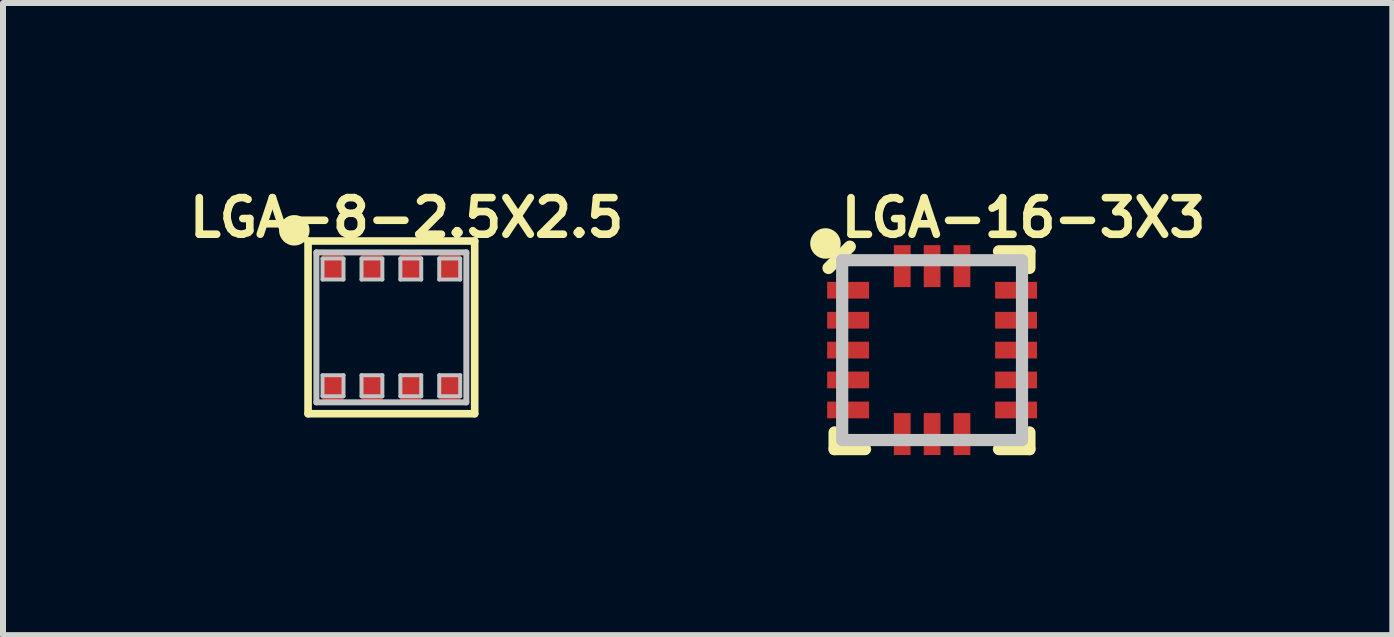
<source format=kicad_pcb>
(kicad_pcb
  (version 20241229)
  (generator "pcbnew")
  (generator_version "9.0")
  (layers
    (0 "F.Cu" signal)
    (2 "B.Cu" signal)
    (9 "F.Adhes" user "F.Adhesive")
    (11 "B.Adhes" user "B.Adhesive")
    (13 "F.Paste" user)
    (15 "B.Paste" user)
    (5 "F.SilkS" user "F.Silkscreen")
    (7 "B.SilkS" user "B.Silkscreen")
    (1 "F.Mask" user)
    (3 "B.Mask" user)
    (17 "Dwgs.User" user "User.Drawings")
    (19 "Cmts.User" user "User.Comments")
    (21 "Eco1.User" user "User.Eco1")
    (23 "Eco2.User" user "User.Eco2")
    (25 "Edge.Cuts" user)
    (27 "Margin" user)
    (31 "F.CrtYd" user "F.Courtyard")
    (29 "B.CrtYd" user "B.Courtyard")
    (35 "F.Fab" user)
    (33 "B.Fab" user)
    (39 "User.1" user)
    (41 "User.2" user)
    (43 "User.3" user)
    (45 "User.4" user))
  (footprint "LGA-8-2.5X2.5"
    (layer "F.Cu")
    (at 3.475 2.408)
    (property "Reference" "LGA-8-2.5X2.5" (at 0.254 -1.829 0) (layer "F.SilkS") (effects (font (size 0.61 0.61) (thickness 0.127))))
    (attr smd)
    (fp_line (start -1.389 -1.44) (end 1.389 -1.44) (stroke (width 0.127) (type solid)) (layer "F.SilkS"))
    (fp_line (start -1.389 1.44) (end -1.389 -1.44) (stroke (width 0.127) (type solid)) (layer "F.SilkS"))
    (fp_line (start 1.389 -1.44) (end 1.389 1.44) (stroke (width 0.127) (type solid)) (layer "F.SilkS"))
    (fp_line (start 1.389 1.44) (end -1.389 1.44) (stroke (width 0.127) (type solid)) (layer "F.SilkS"))
    (fp_circle (center -1.618 -1.618) (end -1.618 -1.872) (stroke (width 0) (type solid)) (fill yes) (layer "F.SilkS"))
    (fp_line (start -1.25 -1.25) (end -1.25 1.25) (stroke (width 0.1) (type solid)) (layer "Dwgs.User"))
    (fp_line (start -1.25 1.25) (end 1.25 1.25) (stroke (width 0.1) (type solid)) (layer "Dwgs.User"))
    (fp_line (start -1.148 -1.148) (end -0.798 -1.148) (stroke (width 0.066) (type solid)) (layer "Dwgs.User"))
    (fp_line (start -1.148 -0.798) (end -1.148 -1.148) (stroke (width 0.066) (type solid)) (layer "Dwgs.User"))
    (fp_line (start -1.148 -0.798) (end -0.798 -0.798) (stroke (width 0.066) (type solid)) (layer "Dwgs.User"))
    (fp_line (start -1.148 0.798) (end -0.798 0.798) (stroke (width 0.066) (type solid)) (layer "Dwgs.User"))
    (fp_line (start -1.148 1.148) (end -1.148 0.798) (stroke (width 0.066) (type solid)) (layer "Dwgs.User"))
    (fp_line (start -1.148 1.148) (end -0.798 1.148) (stroke (width 0.066) (type solid)) (layer "Dwgs.User"))
    (fp_line (start -0.798 -0.798) (end -0.798 -1.148) (stroke (width 0.066) (type solid)) (layer "Dwgs.User"))
    (fp_line (start -0.798 1.148) (end -0.798 0.798) (stroke (width 0.066) (type solid)) (layer "Dwgs.User"))
    (fp_line (start -0.498 -1.148) (end -0.15 -1.148) (stroke (width 0.066) (type solid)) (layer "Dwgs.User"))
    (fp_line (start -0.498 -0.798) (end -0.498 -1.148) (stroke (width 0.066) (type solid)) (layer "Dwgs.User"))
    (fp_line (start -0.498 -0.798) (end -0.15 -0.798) (stroke (width 0.066) (type solid)) (layer "Dwgs.User"))
    (fp_line (start -0.498 0.798) (end -0.15 0.798) (stroke (width 0.066) (type solid)) (layer "Dwgs.User"))
    (fp_line (start -0.498 1.148) (end -0.498 0.798) (stroke (width 0.066) (type solid)) (layer "Dwgs.User"))
    (fp_line (start -0.498 1.148) (end -0.15 1.148) (stroke (width 0.066) (type solid)) (layer "Dwgs.User"))
    (fp_line (start -0.15 -0.798) (end -0.15 -1.148) (stroke (width 0.066) (type solid)) (layer "Dwgs.User"))
    (fp_line (start -0.15 1.148) (end -0.15 0.798) (stroke (width 0.066) (type solid)) (layer "Dwgs.User"))
    (fp_line (start 0.15 -1.148) (end 0.498 -1.148) (stroke (width 0.066) (type solid)) (layer "Dwgs.User"))
    (fp_line (start 0.15 -0.798) (end 0.15 -1.148) (stroke (width 0.066) (type solid)) (layer "Dwgs.User"))
    (fp_line (start 0.15 -0.798) (end 0.498 -0.798) (stroke (width 0.066) (type solid)) (layer "Dwgs.User"))
    (fp_line (start 0.15 0.798) (end 0.498 0.798) (stroke (width 0.066) (type solid)) (layer "Dwgs.User"))
    (fp_line (start 0.15 1.148) (end 0.15 0.798) (stroke (width 0.066) (type solid)) (layer "Dwgs.User"))
    (fp_line (start 0.15 1.148) (end 0.498 1.148) (stroke (width 0.066) (type solid)) (layer "Dwgs.User"))
    (fp_line (start 0.498 -0.798) (end 0.498 -1.148) (stroke (width 0.066) (type solid)) (layer "Dwgs.User"))
    (fp_line (start 0.498 1.148) (end 0.498 0.798) (stroke (width 0.066) (type solid)) (layer "Dwgs.User"))
    (fp_line (start 0.798 -1.148) (end 1.148 -1.148) (stroke (width 0.066) (type solid)) (layer "Dwgs.User"))
    (fp_line (start 0.798 -0.798) (end 0.798 -1.148) (stroke (width 0.066) (type solid)) (layer "Dwgs.User"))
    (fp_line (start 0.798 -0.798) (end 1.148 -0.798) (stroke (width 0.066) (type solid)) (layer "Dwgs.User"))
    (fp_line (start 0.798 0.798) (end 1.148 0.798) (stroke (width 0.066) (type solid)) (layer "Dwgs.User"))
    (fp_line (start 0.798 1.148) (end 0.798 0.798) (stroke (width 0.066) (type solid)) (layer "Dwgs.User"))
    (fp_line (start 0.798 1.148) (end 1.148 1.148) (stroke (width 0.066) (type solid)) (layer "Dwgs.User"))
    (fp_line (start 1.148 -0.798) (end 1.148 -1.148) (stroke (width 0.066) (type solid)) (layer "Dwgs.User"))
    (fp_line (start 1.148 1.148) (end 1.148 0.798) (stroke (width 0.066) (type solid)) (layer "Dwgs.User"))
    (fp_line (start 1.25 -1.25) (end -1.25 -1.25) (stroke (width 0.1) (type solid)) (layer "Dwgs.User"))
    (fp_line (start 1.25 1.25) (end 1.25 -1.25) (stroke (width 0.1) (type solid)) (layer "Dwgs.User"))
    (pad "1" smd rect (at -0.973 -1.024 90) (size 0.498 0.348) (layers "F.Cu" "F.Mask" "F.Paste"))
    (pad "2" smd rect (at -0.323 -1.024 90) (size 0.498 0.348) (layers "F.Cu" "F.Mask" "F.Paste"))
    (pad "3" smd rect (at 0.323 -1.024 90) (size 0.498 0.348) (layers "F.Cu" "F.Mask" "F.Paste"))
    (pad "4" smd rect (at 0.973 -1.024 90) (size 0.498 0.348) (layers "F.Cu" "F.Mask" "F.Paste"))
    (pad "5" smd rect (at 0.973 1.024 90) (size 0.498 0.348) (layers "F.Cu" "F.Mask" "F.Paste"))
    (pad "6" smd rect (at 0.323 1.024 90) (size 0.498 0.348) (layers "F.Cu" "F.Mask" "F.Paste"))
    (pad "7" smd rect (at -0.323 1.024 90) (size 0.498 0.348) (layers "F.Cu" "F.Mask" "F.Paste"))
    (pad "8" smd rect (at -0.973 1.024 90) (size 0.498 0.348) (layers "F.Cu" "F.Mask" "F.Paste")))
  (footprint "LGA-16-3X3"
    (layer "F.Cu")
    (at 12.49 2.787)
    (property "Reference" "LGA-16-3X3" (at 1.524 -2.207 0) (layer "F.SilkS") (effects (font (size 0.61 0.61) (thickness 0.127))))
    (attr smd)
    (fp_line (start -1.727 -1.369) (end -1.372 -1.725) (stroke (width 0.203) (type solid)) (layer "F.SilkS"))
    (fp_line (start -1.626 1.372) (end -1.626 1.651) (stroke (width 0.203) (type solid)) (layer "F.SilkS"))
    (fp_line (start -1.626 1.651) (end -1.118 1.651) (stroke (width 0.203) (type solid)) (layer "F.SilkS"))
    (fp_line (start 1.115 -1.648) (end 1.623 -1.648) (stroke (width 0.203) (type solid)) (layer "F.SilkS"))
    (fp_line (start 1.115 1.651) (end 1.623 1.651) (stroke (width 0.203) (type solid)) (layer "F.SilkS"))
    (fp_line (start 1.623 -1.648) (end 1.623 -1.369) (stroke (width 0.203) (type solid)) (layer "F.SilkS"))
    (fp_line (start 1.623 1.372) (end 1.623 1.651) (stroke (width 0.203) (type solid)) (layer "F.SilkS"))
    (fp_circle (center -1.778 -1.778) (end -1.778 -2.032) (stroke (width 0) (type solid)) (fill yes) (layer "F.SilkS"))
    (fp_line (start -1.499 -1.499) (end 1.499 -1.499) (stroke (width 0.203) (type solid)) (layer "Dwgs.User"))
    (fp_line (start -1.499 1.499) (end -1.499 -1.499) (stroke (width 0.203) (type solid)) (layer "Dwgs.User"))
    (fp_line (start 1.499 -1.499) (end 1.499 1.499) (stroke (width 0.203) (type solid)) (layer "Dwgs.User"))
    (fp_line (start 1.499 1.499) (end -1.499 1.499) (stroke (width 0.203) (type solid)) (layer "Dwgs.User"))
    (pad "1" smd rect (at -1.4 -0.998 180) (size 0.699 0.279) (layers "F.Cu" "F.Mask" "F.Paste"))
    (pad "2" smd rect (at -1.4 -0.498) (size 0.699 0.279) (layers "F.Cu" "F.Mask" "F.Paste"))
    (pad "3" smd rect (at -1.4 0) (size 0.699 0.279) (layers "F.Cu" "F.Mask" "F.Paste"))
    (pad "4" smd rect (at -1.4 0.498) (size 0.699 0.279) (layers "F.Cu" "F.Mask" "F.Paste"))
    (pad "5" smd rect (at -1.4 0.998 180) (size 0.699 0.279) (layers "F.Cu" "F.Mask" "F.Paste"))
    (pad "6" smd rect (at -0.498 1.4 90) (size 0.699 0.279) (layers "F.Cu" "F.Mask" "F.Paste"))
    (pad "7" smd rect (at 0 1.4 90) (size 0.699 0.279) (layers "F.Cu" "F.Mask" "F.Paste"))
    (pad "8" smd rect (at 0.498 1.4 90) (size 0.699 0.279) (layers "F.Cu" "F.Mask" "F.Paste"))
    (pad "9" smd rect (at 1.4 0.998 180) (size 0.699 0.279) (layers "F.Cu" "F.Mask" "F.Paste"))
    (pad "10" smd rect (at 1.4 0.498 180) (size 0.699 0.279) (layers "F.Cu" "F.Mask" "F.Paste"))
    (pad "11" smd rect (at 1.4 0 180) (size 0.699 0.279) (layers "F.Cu" "F.Mask" "F.Paste"))
    (pad "12" smd rect (at 1.4 -0.498 180) (size 0.699 0.279) (layers "F.Cu" "F.Mask" "F.Paste"))
    (pad "13" smd rect (at 1.4 -0.998 180) (size 0.699 0.279) (layers "F.Cu" "F.Mask" "F.Paste"))
    (pad "14" smd rect (at 0.498 -1.4 270) (size 0.699 0.279) (layers "F.Cu" "F.Mask" "F.Paste"))
    (pad "15" smd rect (at 0 -1.4 270) (size 0.699 0.279) (layers "F.Cu" "F.Mask" "F.Paste"))
    (pad "16" smd rect (at -0.498 -1.4 270) (size 0.699 0.279) (layers "F.Cu" "F.Mask" "F.Paste")))
  (gr_rect
    (start -3 -3)
    (end 20.163 7.539)
    (stroke (width 0.1) (type default))
    (fill no)
    (layer "Edge.Cuts")))
</source>
